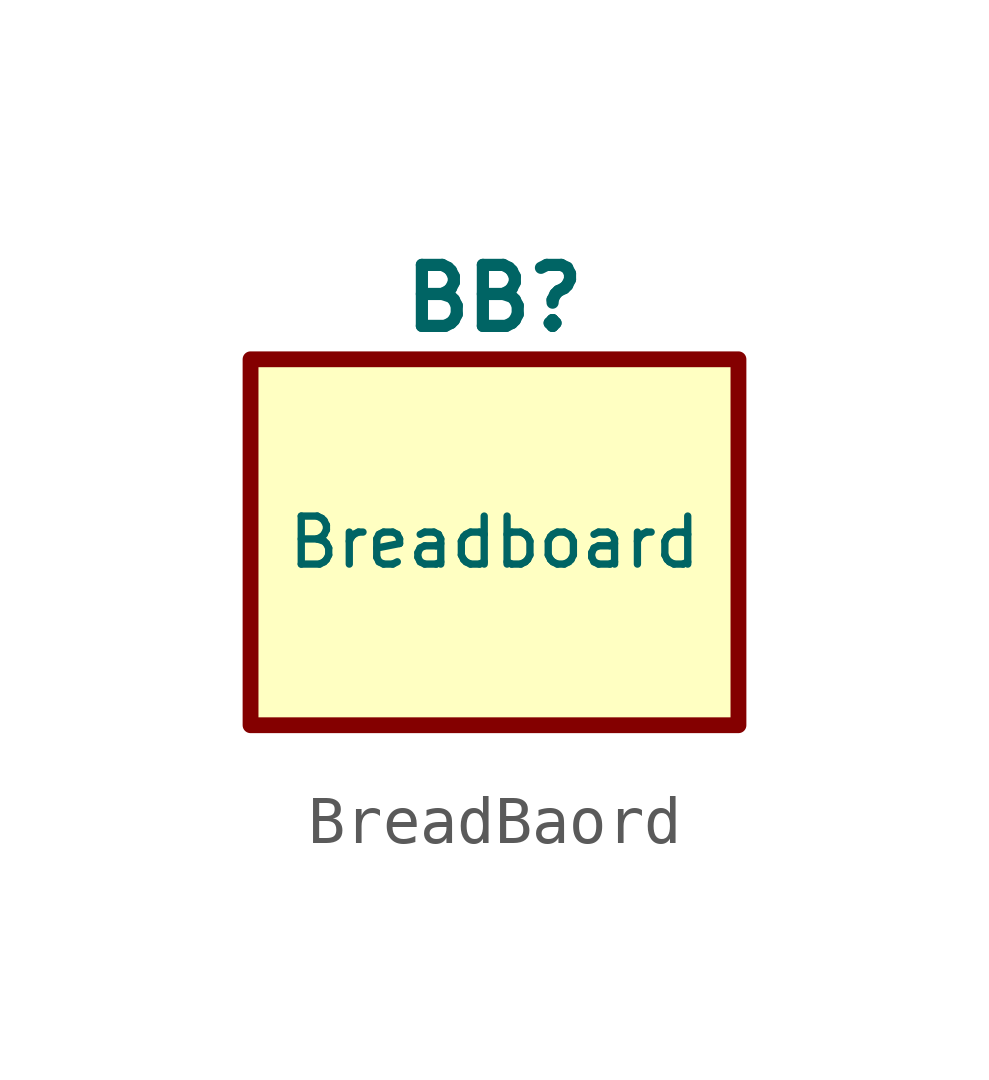
<source format=kicad_sym>
(kicad_symbol_lib
  (version 20241209)
  (generator "kicad_symbol_editor")
  (generator_version "9.0")
  (symbol "BreadBaord"
    (property "Reference" "BB"
      (at 0 5.08 0)
      (do_not_autoplace)
      (effects (font (size 1.27 1.27) (thickness 0.254) (bold yes))))
    (property "Value" "Breadboard"
      (at 0 0 0)
      (do_not_autoplace)
      (effects (font (size 1 1))))
    (symbol "BreadBaord_1_1"
      (rectangle (start -5.08 3.81) (end 5.08 -3.81) (stroke (width 0.33) (type solid)) (fill (type background))))))
</source>
